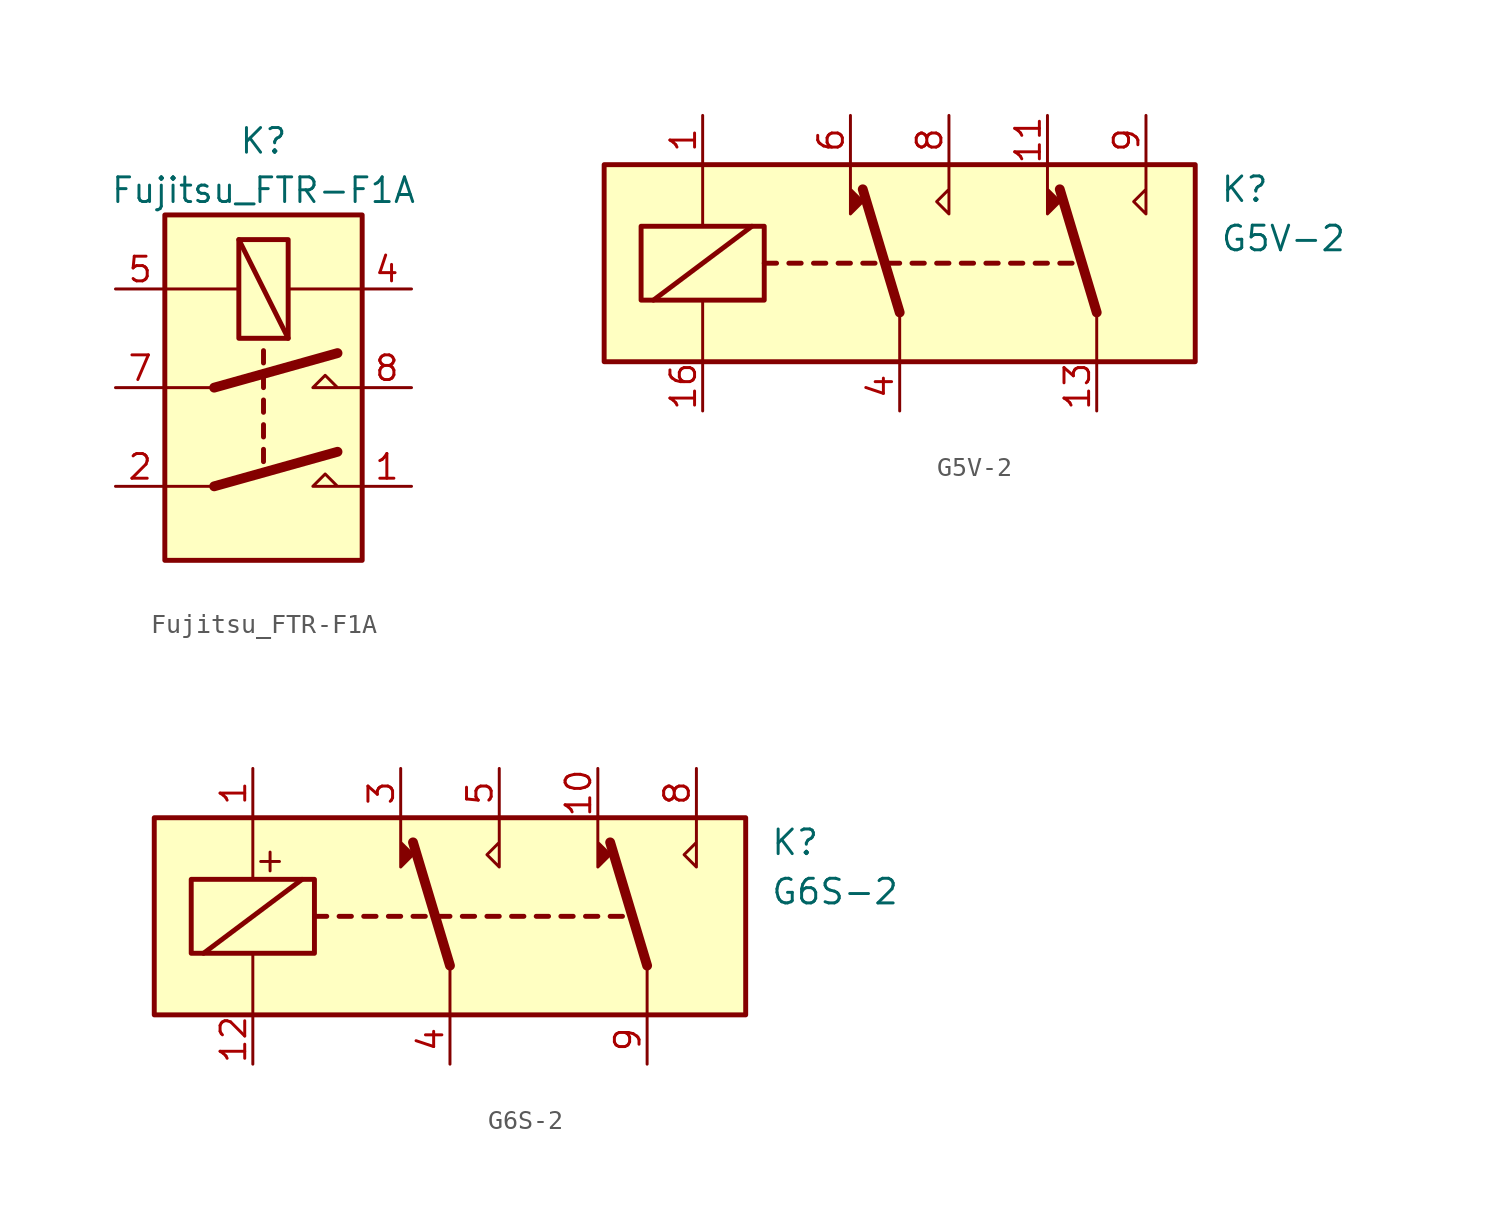
<source format=kicad_sym>
(kicad_symbol_lib
  (version 20201005)
  (generator kicad_symbol_editor)
  (symbol "Relay:Fujitsu_FTR-F1A"
    (property "Reference" "K"
      (at 0 12.7 0)
      (effects (font (size 1.27 1.27))))
    (property "Value" "Fujitsu_FTR-F1A"
      (at 0 10.16 0)
      (effects (font (size 1.27 1.27))))
    (symbol "Fujitsu_FTR-F1A_0_1"
      (rectangle (start -1.27 7.62) (end 1.27 2.54) (stroke (width 0.254)) (fill (type none)))
      (polyline (pts (xy -1.27 7.62) (xy 1.27 2.54)) (stroke (width 0.254)) (fill (type none))))
    (symbol "Fujitsu_FTR-F1A_1_1"
      (rectangle (start 5.08 8.89) (end -5.08 -8.89) (stroke (width 0.254)) (fill (type background)))
      (polyline (pts (xy -2.54 -5.08) (xy -5.08 -5.08)) (stroke (width 0)) (fill (type none)))
      (polyline (pts (xy -2.54 -5.08) (xy 3.81 -3.302)) (stroke (width 0.508)) (fill (type none)))
      (polyline (pts (xy -2.54 0) (xy -5.08 0)) (stroke (width 0)) (fill (type none)))
      (polyline (pts (xy -2.54 0) (xy 3.81 1.778)) (stroke (width 0.508)) (fill (type none)))
      (polyline (pts (xy 0 -3.175) (xy 0 -3.81)) (stroke (width 0.254)) (fill (type none)))
      (polyline (pts (xy 0 -1.905) (xy 0 -2.54)) (stroke (width 0.254)) (fill (type none)))
      (polyline (pts (xy 0 -0.635) (xy 0 -1.27)) (stroke (width 0.254)) (fill (type none)))
      (polyline (pts (xy 0 0.635) (xy 0 0)) (stroke (width 0.254)) (fill (type none)))
      (polyline (pts (xy 0 1.905) (xy 0 1.27)) (stroke (width 0.254)) (fill (type none)))
      (polyline (pts (xy 5.08 5.08) (xy 1.27 5.08)) (stroke (width 0)) (fill (type none)))
      (polyline (pts (xy -5.08 5.08) (xy -1.27 5.08) (xy -1.524 5.08)) (stroke (width 0)) (fill (type none)))
      (polyline (pts (xy 5.08 -5.08) (xy 2.54 -5.08) (xy 3.175 -4.445) (xy 3.81 -5.08)) (stroke (width 0)) (fill (type none)))
      (polyline (pts (xy 5.08 0) (xy 2.54 0) (xy 3.175 0.635) (xy 3.81 0)) (stroke (width 0)) (fill (type none)))
      (pin passive line (at 7.62 -5.08 180) (length 2.54) (name "~" (effects (font (size 1.27 1.27)))) (number "1" (effects (font (size 1.27 1.27)))))
      (pin passive line (at -7.62 -5.08 0) (length 2.54) (name "~" (effects (font (size 1.27 1.27)))) (number "2" (effects (font (size 1.27 1.27)))))
      (pin passive line (at 7.62 5.08 180) (length 2.54) (name "~" (effects (font (size 1.27 1.27)))) (number "4" (effects (font (size 1.27 1.27)))))
      (pin passive line (at -7.62 5.08 0) (length 2.54) (name "~" (effects (font (size 1.27 1.27)))) (number "5" (effects (font (size 1.27 1.27)))))
      (pin passive line (at -7.62 0 0) (length 2.54) (name "~" (effects (font (size 1.27 1.27)))) (number "7" (effects (font (size 1.27 1.27)))))
      (pin passive line (at 7.62 0 180) (length 2.54) (name "~" (effects (font (size 1.27 1.27)))) (number "8" (effects (font (size 1.27 1.27)))))))
  (symbol "Relay:G5V-2"
    (property "Reference" "K"
      (at 16.51 3.81 0)
      (effects (font (size 1.27 1.27)) (justify left)))
    (property "Value" "G5V-2"
      (at 16.51 1.27 0)
      (effects (font (size 1.27 1.27)) (justify left)))
    (symbol "G5V-2_0_1"
      (rectangle (start -15.24 5.08) (end 15.24 -5.08) (stroke (width 0.254)) (fill (type background)))
      (rectangle (start -13.335 1.905) (end -6.985 -1.905) (stroke (width 0.254)) (fill (type none)))
      (polyline (pts (xy -12.7 -1.905) (xy -7.62 1.905)) (stroke (width 0.254)) (fill (type none)))
      (polyline (pts (xy -10.16 -5.08) (xy -10.16 -1.905)) (stroke (width 0)) (fill (type none)))
      (polyline (pts (xy -10.16 5.08) (xy -10.16 1.905)) (stroke (width 0)) (fill (type none)))
      (polyline (pts (xy -6.985 0) (xy -6.35 0)) (stroke (width 0.254)) (fill (type none)))
      (polyline (pts (xy -5.715 0) (xy -5.08 0)) (stroke (width 0.254)) (fill (type none)))
      (polyline (pts (xy -4.445 0) (xy -3.81 0)) (stroke (width 0.254)) (fill (type none)))
      (polyline (pts (xy -3.175 0) (xy -2.54 0)) (stroke (width 0.254)) (fill (type none)))
      (polyline (pts (xy -1.905 0) (xy -1.27 0)) (stroke (width 0.254)) (fill (type none)))
      (polyline (pts (xy -0.635 0) (xy 0 0)) (stroke (width 0.254)) (fill (type none)))
      (polyline (pts (xy 0 -2.54) (xy -1.905 3.81)) (stroke (width 0.508)) (fill (type none)))
      (polyline (pts (xy 0 -2.54) (xy 0 -5.08)) (stroke (width 0)) (fill (type none)))
      (polyline (pts (xy 0.635 0) (xy 1.27 0)) (stroke (width 0.254)) (fill (type none)))
      (polyline (pts (xy 1.905 0) (xy 2.54 0)) (stroke (width 0.254)) (fill (type none)))
      (polyline (pts (xy 3.175 0) (xy 3.81 0)) (stroke (width 0.254)) (fill (type none)))
      (polyline (pts (xy 4.445 0) (xy 5.08 0)) (stroke (width 0.254)) (fill (type none)))
      (polyline (pts (xy 5.715 0) (xy 6.35 0)) (stroke (width 0.254)) (fill (type none)))
      (polyline (pts (xy 6.985 0) (xy 7.62 0)) (stroke (width 0.254)) (fill (type none)))
      (polyline (pts (xy 8.255 0) (xy 8.89 0)) (stroke (width 0.254)) (fill (type none)))
      (polyline (pts (xy 10.16 -2.54) (xy 8.255 3.81)) (stroke (width 0.508)) (fill (type none)))
      (polyline (pts (xy 10.16 -2.54) (xy 10.16 -5.08)) (stroke (width 0)) (fill (type none)))
      (polyline (pts (xy -2.54 5.08) (xy -2.54 2.54) (xy -1.905 3.175) (xy -2.54 3.81)) (stroke (width 0)) (fill (type outline)))
      (polyline (pts (xy 2.54 5.08) (xy 2.54 2.54) (xy 1.905 3.175) (xy 2.54 3.81)) (stroke (width 0)) (fill (type none)))
      (polyline (pts (xy 7.62 5.08) (xy 7.62 2.54) (xy 8.255 3.175) (xy 7.62 3.81)) (stroke (width 0)) (fill (type outline)))
      (polyline (pts (xy 12.7 5.08) (xy 12.7 2.54) (xy 12.065 3.175) (xy 12.7 3.81)) (stroke (width 0)) (fill (type none))))
    (symbol "G5V-2_1_1"
      (pin passive line (at -10.16 7.62 270) (length 2.54) (name "~" (effects (font (size 1.27 1.27)))) (number "1" (effects (font (size 1.27 1.27)))))
      (pin passive line (at 7.62 7.62 270) (length 2.54) (name "~" (effects (font (size 1.27 1.27)))) (number "11" (effects (font (size 1.27 1.27)))))
      (pin passive line (at 10.16 -7.62 90) (length 2.54) (name "~" (effects (font (size 1.27 1.27)))) (number "13" (effects (font (size 1.27 1.27)))))
      (pin passive line (at -10.16 -7.62 90) (length 2.54) (name "~" (effects (font (size 1.27 1.27)))) (number "16" (effects (font (size 1.27 1.27)))))
      (pin passive line (at 0 -7.62 90) (length 2.54) (name "~" (effects (font (size 1.27 1.27)))) (number "4" (effects (font (size 1.27 1.27)))))
      (pin passive line (at -2.54 7.62 270) (length 2.54) (name "~" (effects (font (size 1.27 1.27)))) (number "6" (effects (font (size 1.27 1.27)))))
      (pin passive line (at 2.54 7.62 270) (length 2.54) (name "~" (effects (font (size 1.27 1.27)))) (number "8" (effects (font (size 1.27 1.27)))))
      (pin passive line (at 12.7 7.62 270) (length 2.54) (name "~" (effects (font (size 1.27 1.27)))) (number "9" (effects (font (size 1.27 1.27)))))))
  (symbol "Relay:G6S-2"
    (property "Reference" "K"
      (at 16.51 3.81 0)
      (effects (font (size 1.27 1.27)) (justify left)))
    (property "Value" "G6S-2"
      (at 16.51 1.27 0)
      (effects (font (size 1.27 1.27)) (justify left)))
    (symbol "G6S-2_0_0"
      (text "+" (at -9.271 2.921 0) (effects (font (size 1.27 1.27)))))
    (symbol "G6S-2_0_1"
      (rectangle (start -15.24 5.08) (end 15.24 -5.08) (stroke (width 0.254)) (fill (type background)))
      (rectangle (start -13.335 1.905) (end -6.985 -1.905) (stroke (width 0.254)) (fill (type none)))
      (polyline (pts (xy -12.7 -1.905) (xy -7.62 1.905)) (stroke (width 0.254)) (fill (type none)))
      (polyline (pts (xy -10.16 -5.08) (xy -10.16 -1.905)) (stroke (width 0)) (fill (type none)))
      (polyline (pts (xy -10.16 5.08) (xy -10.16 1.905)) (stroke (width 0)) (fill (type none)))
      (polyline (pts (xy -6.985 0) (xy -6.35 0)) (stroke (width 0.254)) (fill (type none)))
      (polyline (pts (xy -5.715 0) (xy -5.08 0)) (stroke (width 0.254)) (fill (type none)))
      (polyline (pts (xy -4.445 0) (xy -3.81 0)) (stroke (width 0.254)) (fill (type none)))
      (polyline (pts (xy -3.175 0) (xy -2.54 0)) (stroke (width 0.254)) (fill (type none)))
      (polyline (pts (xy -1.905 0) (xy -1.27 0)) (stroke (width 0.254)) (fill (type none)))
      (polyline (pts (xy -0.635 0) (xy 0 0)) (stroke (width 0.254)) (fill (type none)))
      (polyline (pts (xy 0 -2.54) (xy -1.905 3.81)) (stroke (width 0.508)) (fill (type none)))
      (polyline (pts (xy 0 -2.54) (xy 0 -5.08)) (stroke (width 0)) (fill (type none)))
      (polyline (pts (xy 0.635 0) (xy 1.27 0)) (stroke (width 0.254)) (fill (type none)))
      (polyline (pts (xy 1.905 0) (xy 2.54 0)) (stroke (width 0.254)) (fill (type none)))
      (polyline (pts (xy 3.175 0) (xy 3.81 0)) (stroke (width 0.254)) (fill (type none)))
      (polyline (pts (xy 4.445 0) (xy 5.08 0)) (stroke (width 0.254)) (fill (type none)))
      (polyline (pts (xy 5.715 0) (xy 6.35 0)) (stroke (width 0.254)) (fill (type none)))
      (polyline (pts (xy 6.985 0) (xy 7.62 0)) (stroke (width 0.254)) (fill (type none)))
      (polyline (pts (xy 8.255 0) (xy 8.89 0)) (stroke (width 0.254)) (fill (type none)))
      (polyline (pts (xy 10.16 -2.54) (xy 8.255 3.81)) (stroke (width 0.508)) (fill (type none)))
      (polyline (pts (xy 10.16 -2.54) (xy 10.16 -5.08)) (stroke (width 0)) (fill (type none)))
      (polyline (pts (xy -2.54 5.08) (xy -2.54 2.54) (xy -1.905 3.175) (xy -2.54 3.81)) (stroke (width 0)) (fill (type outline)))
      (polyline (pts (xy 2.54 5.08) (xy 2.54 2.54) (xy 1.905 3.175) (xy 2.54 3.81)) (stroke (width 0)) (fill (type none)))
      (polyline (pts (xy 7.62 5.08) (xy 7.62 2.54) (xy 8.255 3.175) (xy 7.62 3.81)) (stroke (width 0)) (fill (type outline)))
      (polyline (pts (xy 12.7 5.08) (xy 12.7 2.54) (xy 12.065 3.175) (xy 12.7 3.81)) (stroke (width 0)) (fill (type none))))
    (symbol "G6S-2_1_1"
      (pin passive line (at -10.16 7.62 270) (length 2.54) (name "~" (effects (font (size 1.27 1.27)))) (number "1" (effects (font (size 1.27 1.27)))))
      (pin passive line (at 7.62 7.62 270) (length 2.54) (name "~" (effects (font (size 1.27 1.27)))) (number "10" (effects (font (size 1.27 1.27)))))
      (pin passive line (at -10.16 -7.62 90) (length 2.54) (name "~" (effects (font (size 1.27 1.27)))) (number "12" (effects (font (size 1.27 1.27)))))
      (pin passive line (at -2.54 7.62 270) (length 2.54) (name "~" (effects (font (size 1.27 1.27)))) (number "3" (effects (font (size 1.27 1.27)))))
      (pin passive line (at 0 -7.62 90) (length 2.54) (name "~" (effects (font (size 1.27 1.27)))) (number "4" (effects (font (size 1.27 1.27)))))
      (pin passive line (at 2.54 7.62 270) (length 2.54) (name "~" (effects (font (size 1.27 1.27)))) (number "5" (effects (font (size 1.27 1.27)))))
      (pin passive line (at 12.7 7.62 270) (length 2.54) (name "~" (effects (font (size 1.27 1.27)))) (number "8" (effects (font (size 1.27 1.27)))))
      (pin passive line (at 10.16 -7.62 90) (length 2.54) (name "~" (effects (font (size 1.27 1.27)))) (number "9" (effects (font (size 1.27 1.27))))))))
</source>
